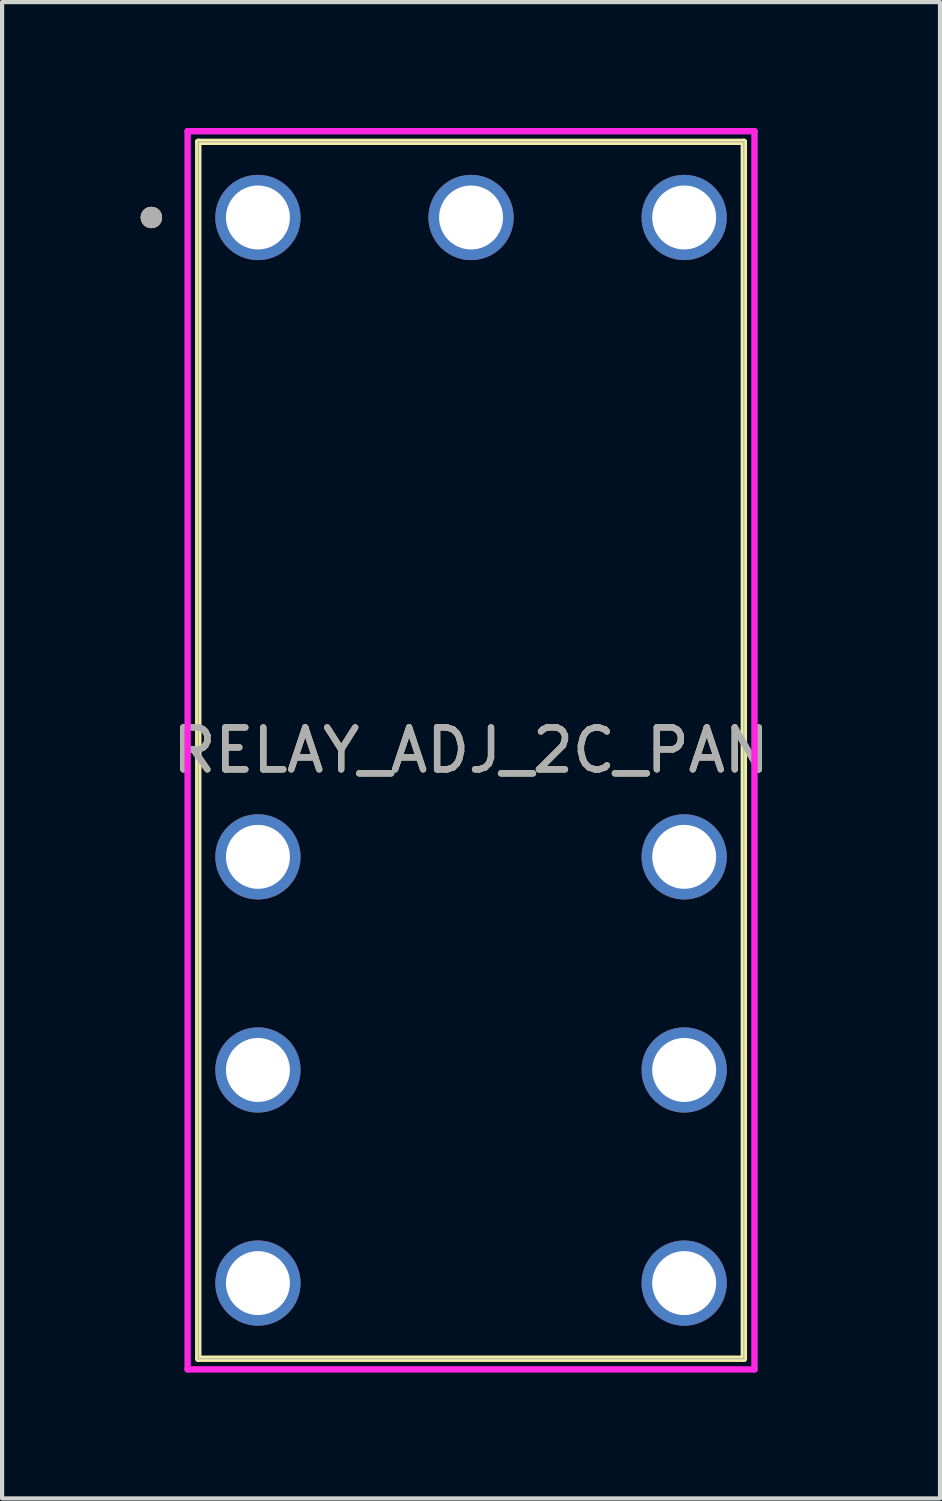
<source format=kicad_pcb>
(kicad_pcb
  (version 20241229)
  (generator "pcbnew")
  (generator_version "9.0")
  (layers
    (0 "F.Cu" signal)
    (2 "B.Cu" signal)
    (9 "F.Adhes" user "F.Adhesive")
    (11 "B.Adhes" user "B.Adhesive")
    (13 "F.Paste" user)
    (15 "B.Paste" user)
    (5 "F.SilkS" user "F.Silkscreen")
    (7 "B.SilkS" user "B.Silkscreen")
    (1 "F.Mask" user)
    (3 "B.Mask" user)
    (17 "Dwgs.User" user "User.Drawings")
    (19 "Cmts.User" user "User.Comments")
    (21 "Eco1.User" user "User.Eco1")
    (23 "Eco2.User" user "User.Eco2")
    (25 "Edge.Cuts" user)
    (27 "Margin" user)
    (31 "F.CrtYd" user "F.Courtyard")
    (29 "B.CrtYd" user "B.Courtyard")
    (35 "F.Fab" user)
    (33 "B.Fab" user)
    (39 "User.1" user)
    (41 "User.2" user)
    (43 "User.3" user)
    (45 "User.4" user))
  (footprint "RELAY_ADJ_2C_PAN"
    (layer "F.Cu")
    (at 3.098 2.134)
    (property "Reference" "RELAY_ADJ_2C_PAN" (at 5.08 12.7 0) (unlocked yes) (layer "F.SilkS") (effects (font (size 1 1) (thickness 0.15))))
    (attr through_hole)
    (fp_line (start -1.422 -1.803) (end -1.422 27.203) (stroke (width 0.152) (type solid)) (layer "F.SilkS"))
    (fp_line (start -1.422 27.203) (end 11.582 27.203) (stroke (width 0.152) (type solid)) (layer "F.SilkS"))
    (fp_line (start 11.582 -1.803) (end -1.422 -1.803) (stroke (width 0.152) (type solid)) (layer "F.SilkS"))
    (fp_line (start 11.582 27.203) (end 11.582 -1.803) (stroke (width 0.152) (type solid)) (layer "F.SilkS"))
    (fp_circle (center -2.54 0) (end -2.413 0) (stroke (width 0.254) (type solid)) (fill no) (layer "F.SilkS"))
    (fp_circle (center -2.54 0) (end -2.413 0) (stroke (width 0.254) (type solid)) (fill no) (layer "B.SilkS"))
    (fp_poly (pts (xy -3.048 2.032) (xy 13.208 2.032) (xy 13.208 23.368) (xy -3.048 23.368)) (stroke (width 0.1) (type solid)) (fill no) (layer "Eco2.User"))
    (fp_line (start -1.676 -2.057) (end 11.836 -2.057) (stroke (width 0.152) (type solid)) (layer "F.CrtYd"))
    (fp_line (start -1.676 27.457) (end -1.676 -2.057) (stroke (width 0.152) (type solid)) (layer "F.CrtYd"))
    (fp_line (start 11.836 -2.057) (end 11.836 27.457) (stroke (width 0.152) (type solid)) (layer "F.CrtYd"))
    (fp_line (start 11.836 27.457) (end -1.676 27.457) (stroke (width 0.152) (type solid)) (layer "F.CrtYd"))
    (fp_line (start -1.422 -1.803) (end -1.422 27.203) (stroke (width 0.025) (type solid)) (layer "F.Fab"))
    (fp_line (start -1.422 27.203) (end 11.582 27.203) (stroke (width 0.025) (type solid)) (layer "F.Fab"))
    (fp_line (start 11.582 -1.803) (end -1.422 -1.803) (stroke (width 0.025) (type solid)) (layer "F.Fab"))
    (fp_line (start 11.582 27.203) (end 11.582 -1.803) (stroke (width 0.025) (type solid)) (layer "F.Fab"))
    (fp_circle (center -2.54 0) (end -2.413 0) (stroke (width 0.254) (type solid)) (fill no) (layer "F.Fab"))
    (fp_text user "${REFERENCE}" (at 5.08 12.7 0) (unlocked yes) (layer "F.Fab") (effects (font (size 1 1) (thickness 0.15))))
    (pad "1" thru_hole circle (at 0 0) (size 2.032 2.032) (drill 1.524) (layers "*.Cu" "*.Mask"))
    (pad "2" thru_hole circle (at 0 15.24) (size 2.032 2.032) (drill 1.524) (layers "*.Cu" "*.Mask"))
    (pad "3" thru_hole circle (at 0 20.32) (size 2.032 2.032) (drill 1.524) (layers "*.Cu" "*.Mask"))
    (pad "4" thru_hole circle (at 0 25.4) (size 2.032 2.032) (drill 1.524) (layers "*.Cu" "*.Mask"))
    (pad "5" thru_hole circle (at 10.16 25.4) (size 2.032 2.032) (drill 1.524) (layers "*.Cu" "*.Mask"))
    (pad "6" thru_hole circle (at 10.16 20.32) (size 2.032 2.032) (drill 1.524) (layers "*.Cu" "*.Mask"))
    (pad "7" thru_hole circle (at 10.16 15.24) (size 2.032 2.032) (drill 1.524) (layers "*.Cu" "*.Mask"))
    (pad "8" thru_hole circle (at 10.16 0) (size 2.032 2.032) (drill 1.524) (layers "*.Cu" "*.Mask"))
    (pad "9" thru_hole circle (at 5.08 0) (size 2.032 2.032) (drill 1.524) (layers "*.Cu" "*.Mask")))
  (gr_rect
    (start -3 -3)
    (end 19.356 32.667)
    (stroke (width 0.1) (type default))
    (fill no)
    (layer "Edge.Cuts")))
</source>
